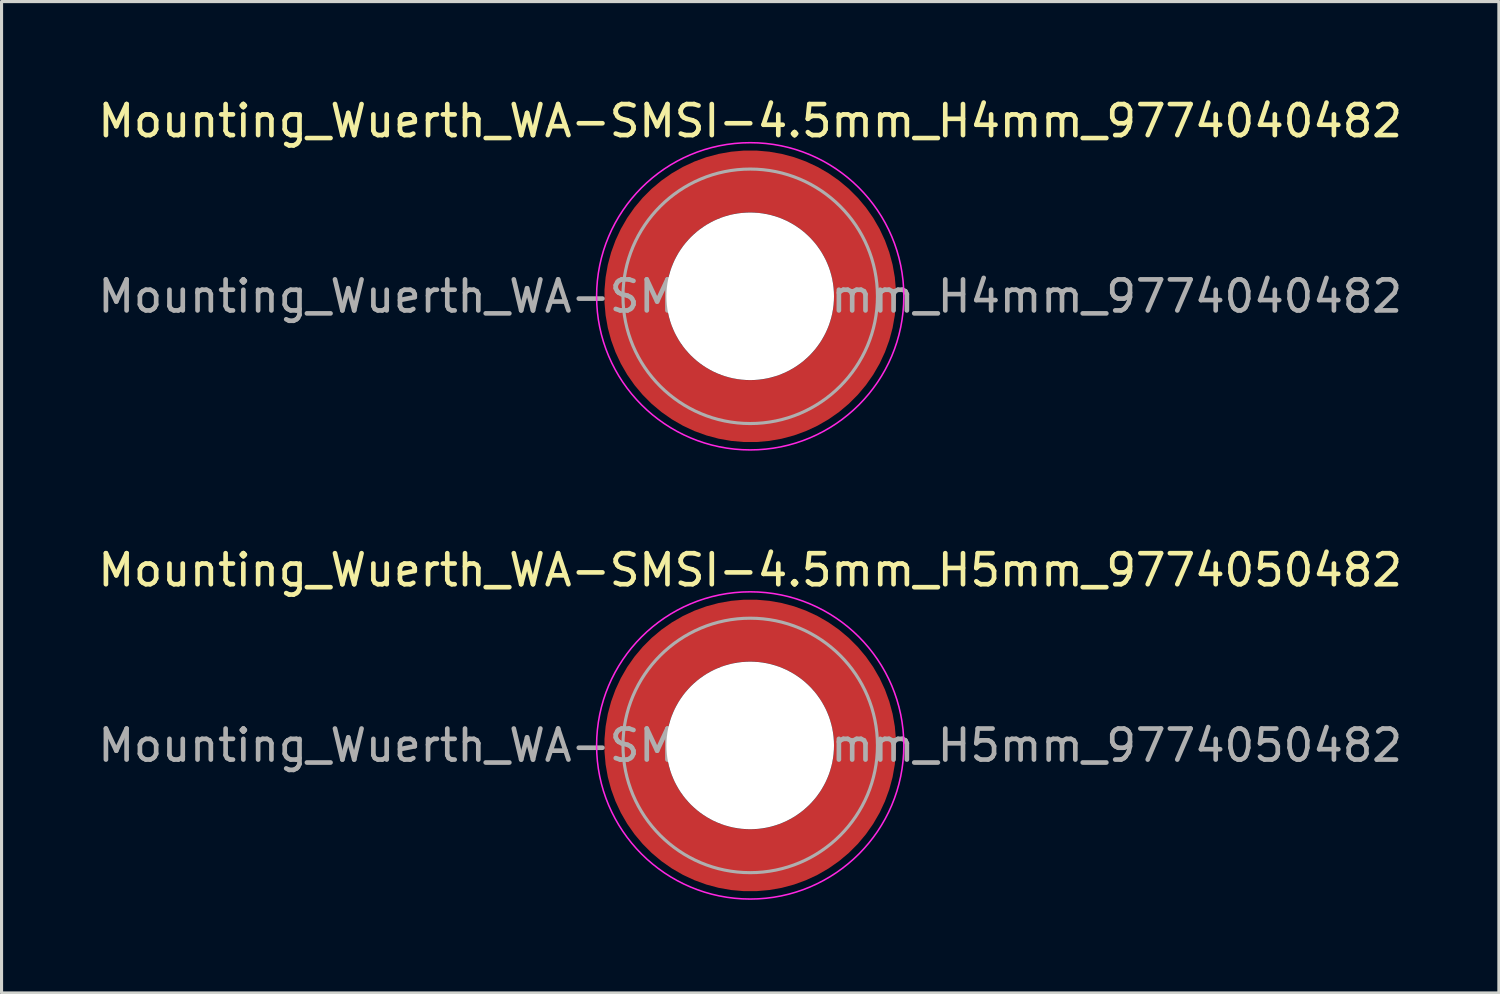
<source format=kicad_pcb>
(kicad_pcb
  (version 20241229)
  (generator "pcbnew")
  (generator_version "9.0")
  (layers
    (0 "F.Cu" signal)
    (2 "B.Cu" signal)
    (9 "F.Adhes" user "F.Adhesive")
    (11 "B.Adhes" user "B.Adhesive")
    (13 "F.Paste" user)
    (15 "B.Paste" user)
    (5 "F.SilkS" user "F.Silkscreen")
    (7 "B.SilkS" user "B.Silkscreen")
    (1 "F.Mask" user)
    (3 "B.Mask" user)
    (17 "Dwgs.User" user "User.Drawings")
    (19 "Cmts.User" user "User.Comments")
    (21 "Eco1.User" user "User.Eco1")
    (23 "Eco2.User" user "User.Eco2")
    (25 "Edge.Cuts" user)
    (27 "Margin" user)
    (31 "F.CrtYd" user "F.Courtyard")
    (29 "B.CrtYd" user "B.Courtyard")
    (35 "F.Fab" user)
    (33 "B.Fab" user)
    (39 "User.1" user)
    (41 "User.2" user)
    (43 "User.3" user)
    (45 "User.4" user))
  (footprint "Mounting_Wuerth_WA-SMSI-4.5mm_H4mm_9774040482"
    (layer "F.Cu")
    (at 21.125 6.498)
    (property "Reference" "Mounting_Wuerth_WA-SMSI-4.5mm_H4mm_9774040482" (at 0 -5.65 0) (layer "F.SilkS") (effects (font (size 1 1) (thickness 0.15))))
    (attr smd allow_soldermask_bridges)
    (fp_circle (center 0 0) (end 4.95 0) (stroke (width 0.05) (type solid)) (fill no) (layer "F.CrtYd"))
    (fp_circle (center 0 0) (end 4.1 0) (stroke (width 0.1) (type solid)) (fill no) (layer "F.Fab"))
    (fp_text user "${REFERENCE}" (at 0 0 0) (layer "F.Fab") (effects (font (size 1 1) (thickness 0.15))))
    (pad "" smd custom (at -2.607 -2.607) (size 0.948 0.948) (layers "F.Paste") (options (anchor circle)) (primitives (gr_arc (start -0.188183 2.107456) (mid 0.599273 0.599273) (end 2.107456 -0.188183) (width 0.2)) (gr_arc (start -0.289416 2.107456) (mid 0.52877 0.52877) (end 2.107456 -0.289416) (width 0.2)) (gr_arc (start -0.390547 2.107456) (mid 0.458268 0.458268) (end 2.107456 -0.390547) (width 0.2)) (gr_arc (start -0.491585 2.107456) (mid 0.387765 0.387765) (end 2.107456 -0.491585) (width 0.2)) (gr_arc (start -0.59254 2.107456) (mid 0.317262 0.317262) (end 2.107456 -0.59254) (width 0.2)) (gr_arc (start -0.693419 2.107456) (mid 0.246759 0.246759) (end 2.107456 -0.693419) (width 0.2)) (gr_arc (start -0.794229 2.107456) (mid 0.176257 0.176257) (end 2.107456 -0.794229) (width 0.2)) (gr_arc (start -0.894975 2.107456) (mid 0.105754 0.105754) (end 2.107456 -0.894975) (width 0.2)) (gr_arc (start -0.995664 2.107456) (mid 0.035251 0.035251) (end 2.107456 -0.995664) (width 0.2)) (gr_arc (start -1.0963 2.107456) (mid -0.035251 -0.035251) (end 2.107456 -1.0963) (width 0.2)) (gr_arc (start -1.196886 2.107456) (mid -0.105754 -0.105754) (end 2.107456 -1.196886) (width 0.2)) (gr_arc (start -1.297427 2.107456) (mid -0.176257 -0.176257) (end 2.107456 -1.297427) (width 0.2)) (gr_arc (start -1.397927 2.107456) (mid -0.246759 -0.246759) (end 2.107456 -1.397927) (width 0.2)) (gr_arc (start -1.498388 2.107456) (mid -0.317262 -0.317262) (end 2.107456 -1.498388) (width 0.2)) (gr_arc (start -1.598813 2.107456) (mid -0.387765 -0.387765) (end 2.107456 -1.598813) (width 0.2)) (gr_arc (start -1.699204 2.107456) (mid -0.458268 -0.458268) (end 2.107456 -1.699204) (width 0.2)) (gr_arc (start -1.799565 2.107456) (mid -0.52877 -0.52877) (end 2.107456 -1.799565) (width 0.2)) (gr_arc (start -1.899896 2.107456) (mid -0.599273 -0.599273) (end 2.107456 -1.899896) (width 0.2)) (gr_arc (start -1.899896 2.107456) (mid -0.599273 -0.599273) (end 2.107456 -1.899896) (width 0.2)) (gr_line (start 2.107 -0.188) (end 2.107 -1.9) (width 0.2)) (gr_line (start -0.188 2.107) (end -1.9 2.107) (width 0.2))))
    (pad "" smd custom (at -2.607 2.607) (size 0.948 0.948) (layers "F.Paste") (options (anchor circle)) (primitives (gr_arc (start 2.107456 0.188183) (mid 0.599273 -0.599273) (end -0.188183 -2.107456) (width 0.2)) (gr_arc (start 2.107456 0.289416) (mid 0.52877 -0.52877) (end -0.289416 -2.107456) (width 0.2)) (gr_arc (start 2.107456 0.390547) (mid 0.458268 -0.458268) (end -0.390547 -2.107456) (width 0.2)) (gr_arc (start 2.107456 0.491585) (mid 0.387765 -0.387765) (end -0.491585 -2.107456) (width 0.2)) (gr_arc (start 2.107456 0.59254) (mid 0.317262 -0.317262) (end -0.59254 -2.107456) (width 0.2)) (gr_arc (start 2.107456 0.693419) (mid 0.246759 -0.246759) (end -0.693419 -2.107456) (width 0.2)) (gr_arc (start 2.107456 0.794229) (mid 0.176257 -0.176257) (end -0.794229 -2.107456) (width 0.2)) (gr_arc (start 2.107456 0.894975) (mid 0.105754 -0.105754) (end -0.894975 -2.107456) (width 0.2)) (gr_arc (start 2.107456 0.995664) (mid 0.035251 -0.035251) (end -0.995664 -2.107456) (width 0.2)) (gr_arc (start 2.107456 1.0963) (mid -0.035251 0.035251) (end -1.0963 -2.107456) (width 0.2)) (gr_arc (start 2.107456 1.196886) (mid -0.105754 0.105754) (end -1.196886 -2.107456) (width 0.2)) (gr_arc (start 2.107456 1.297427) (mid -0.176257 0.176257) (end -1.297427 -2.107456) (width 0.2)) (gr_arc (start 2.107456 1.397927) (mid -0.246759 0.246759) (end -1.397927 -2.107456) (width 0.2)) (gr_arc (start 2.107456 1.498388) (mid -0.317262 0.317262) (end -1.498388 -2.107456) (width 0.2)) (gr_arc (start 2.107456 1.598813) (mid -0.387765 0.387765) (end -1.598813 -2.107456) (width 0.2)) (gr_arc (start 2.107456 1.699204) (mid -0.458268 0.458268) (end -1.699204 -2.107456) (width 0.2)) (gr_arc (start 2.107456 1.799565) (mid -0.52877 0.52877) (end -1.799565 -2.107456) (width 0.2)) (gr_arc (start 2.107456 1.899896) (mid -0.599273 0.599273) (end -1.899896 -2.107456) (width 0.2)) (gr_arc (start 2.107456 1.899896) (mid -0.599273 0.599273) (end -1.899896 -2.107456) (width 0.2)) (gr_line (start -0.188 -2.107) (end -1.9 -2.107) (width 0.2)) (gr_line (start 2.107 0.188) (end 2.107 1.9) (width 0.2))))
    (pad "" np_thru_hole circle (at 0 0) (size 5.4 5.4) (drill 5.4) (layers "*.Cu" "*.Mask"))
    (pad "" smd custom (at 2.607 -2.607) (size 0.948 0.948) (layers "F.Paste") (options (anchor circle)) (primitives (gr_arc (start -2.107456 -0.188183) (mid -0.599273 0.599273) (end 0.188183 2.107456) (width 0.2)) (gr_arc (start -2.107456 -0.289416) (mid -0.52877 0.52877) (end 0.289416 2.107456) (width 0.2)) (gr_arc (start -2.107456 -0.390547) (mid -0.458268 0.458268) (end 0.390547 2.107456) (width 0.2)) (gr_arc (start -2.107456 -0.491585) (mid -0.387765 0.387765) (end 0.491585 2.107456) (width 0.2)) (gr_arc (start -2.107456 -0.59254) (mid -0.317262 0.317262) (end 0.59254 2.107456) (width 0.2)) (gr_arc (start -2.107456 -0.693419) (mid -0.246759 0.246759) (end 0.693419 2.107456) (width 0.2)) (gr_arc (start -2.107456 -0.794229) (mid -0.176257 0.176257) (end 0.794229 2.107456) (width 0.2)) (gr_arc (start -2.107456 -0.894975) (mid -0.105754 0.105754) (end 0.894975 2.107456) (width 0.2)) (gr_arc (start -2.107456 -0.995664) (mid -0.035251 0.035251) (end 0.995664 2.107456) (width 0.2)) (gr_arc (start -2.107456 -1.0963) (mid 0.035251 -0.035251) (end 1.0963 2.107456) (width 0.2)) (gr_arc (start -2.107456 -1.196886) (mid 0.105754 -0.105754) (end 1.196886 2.107456) (width 0.2)) (gr_arc (start -2.107456 -1.297427) (mid 0.176257 -0.176257) (end 1.297427 2.107456) (width 0.2)) (gr_arc (start -2.107456 -1.397927) (mid 0.246759 -0.246759) (end 1.397927 2.107456) (width 0.2)) (gr_arc (start -2.107456 -1.498388) (mid 0.317262 -0.317262) (end 1.498388 2.107456) (width 0.2)) (gr_arc (start -2.107456 -1.598813) (mid 0.387765 -0.387765) (end 1.598813 2.107456) (width 0.2)) (gr_arc (start -2.107456 -1.699204) (mid 0.458268 -0.458268) (end 1.699204 2.107456) (width 0.2)) (gr_arc (start -2.107456 -1.799565) (mid 0.52877 -0.52877) (end 1.799565 2.107456) (width 0.2)) (gr_arc (start -2.107456 -1.899896) (mid 0.599273 -0.599273) (end 1.899896 2.107456) (width 0.2)) (gr_arc (start -2.107456 -1.899896) (mid 0.599273 -0.599273) (end 1.899896 2.107456) (width 0.2)) (gr_line (start 0.188 2.107) (end 1.9 2.107) (width 0.2)) (gr_line (start -2.107 -0.188) (end -2.107 -1.9) (width 0.2))))
    (pad "" smd custom (at 2.607 2.607) (size 0.948 0.948) (layers "F.Paste") (options (anchor circle)) (primitives (gr_arc (start 0.188183 -2.107456) (mid -0.599273 -0.599273) (end -2.107456 0.188183) (width 0.2)) (gr_arc (start 0.289416 -2.107456) (mid -0.52877 -0.52877) (end -2.107456 0.289416) (width 0.2)) (gr_arc (start 0.390547 -2.107456) (mid -0.458268 -0.458268) (end -2.107456 0.390547) (width 0.2)) (gr_arc (start 0.491585 -2.107456) (mid -0.387765 -0.387765) (end -2.107456 0.491585) (width 0.2)) (gr_arc (start 0.59254 -2.107456) (mid -0.317262 -0.317262) (end -2.107456 0.59254) (width 0.2)) (gr_arc (start 0.693419 -2.107456) (mid -0.246759 -0.246759) (end -2.107456 0.693419) (width 0.2)) (gr_arc (start 0.794229 -2.107456) (mid -0.176257 -0.176257) (end -2.107456 0.794229) (width 0.2)) (gr_arc (start 0.894975 -2.107456) (mid -0.105754 -0.105754) (end -2.107456 0.894975) (width 0.2)) (gr_arc (start 0.995664 -2.107456) (mid -0.035251 -0.035251) (end -2.107456 0.995664) (width 0.2)) (gr_arc (start 1.0963 -2.107456) (mid 0.035251 0.035251) (end -2.107456 1.0963) (width 0.2)) (gr_arc (start 1.196886 -2.107456) (mid 0.105754 0.105754) (end -2.107456 1.196886) (width 0.2)) (gr_arc (start 1.297427 -2.107456) (mid 0.176257 0.176257) (end -2.107456 1.297427) (width 0.2)) (gr_arc (start 1.397927 -2.107456) (mid 0.246759 0.246759) (end -2.107456 1.397927) (width 0.2)) (gr_arc (start 1.498388 -2.107456) (mid 0.317262 0.317262) (end -2.107456 1.498388) (width 0.2)) (gr_arc (start 1.598813 -2.107456) (mid 0.387765 0.387765) (end -2.107456 1.598813) (width 0.2)) (gr_arc (start 1.699204 -2.107456) (mid 0.458268 0.458268) (end -2.107456 1.699204) (width 0.2)) (gr_arc (start 1.799565 -2.107456) (mid 0.52877 0.52877) (end -2.107456 1.799565) (width 0.2)) (gr_arc (start 1.899896 -2.107456) (mid 0.599273 0.599273) (end -2.107456 1.899896) (width 0.2)) (gr_arc (start 1.899896 -2.107456) (mid 0.599273 0.599273) (end -2.107456 1.899896) (width 0.2)) (gr_line (start -2.107 0.188) (end -2.107 1.9) (width 0.2)) (gr_line (start 0.188 -2.107) (end 1.9 -2.107) (width 0.2))))
    (pad "1" smd circle (at -3.7 0) (size 1.492 1.492) (layers "F.Cu"))
    (pad "1" smd circle (at 0 -3.7) (size 1.492 1.492) (layers "F.Cu"))
    (pad "1" smd circle (at 0 3.7) (size 1.492 1.492) (layers "F.Cu"))
    (pad "1" smd custom (at 3.7 0) (size 2 2) (layers "F.Cu" "F.Mask") (options (anchor circle)) (primitives (gr_circle (center -3.7 0) (end 0 0) (width 2) (fill no)))))
  (footprint "Mounting_Wuerth_WA-SMSI-4.5mm_H5mm_9774050482"
    (layer "F.Cu")
    (at 21.125 20.971)
    (property "Reference" "Mounting_Wuerth_WA-SMSI-4.5mm_H5mm_9774050482" (at 0 -5.65 0) (layer "F.SilkS") (effects (font (size 1 1) (thickness 0.15))))
    (attr smd allow_soldermask_bridges)
    (fp_circle (center 0 0) (end 4.95 0) (stroke (width 0.05) (type solid)) (fill no) (layer "F.CrtYd"))
    (fp_circle (center 0 0) (end 4.1 0) (stroke (width 0.1) (type solid)) (fill no) (layer "F.Fab"))
    (fp_text user "${REFERENCE}" (at 0 0 0) (layer "F.Fab") (effects (font (size 1 1) (thickness 0.15))))
    (pad "" smd custom (at -2.607 -2.607) (size 0.948 0.948) (layers "F.Paste") (options (anchor circle)) (primitives (gr_arc (start -0.188183 2.107456) (mid 0.599273 0.599273) (end 2.107456 -0.188183) (width 0.2)) (gr_arc (start -0.289416 2.107456) (mid 0.52877 0.52877) (end 2.107456 -0.289416) (width 0.2)) (gr_arc (start -0.390547 2.107456) (mid 0.458268 0.458268) (end 2.107456 -0.390547) (width 0.2)) (gr_arc (start -0.491585 2.107456) (mid 0.387765 0.387765) (end 2.107456 -0.491585) (width 0.2)) (gr_arc (start -0.59254 2.107456) (mid 0.317262 0.317262) (end 2.107456 -0.59254) (width 0.2)) (gr_arc (start -0.693419 2.107456) (mid 0.246759 0.246759) (end 2.107456 -0.693419) (width 0.2)) (gr_arc (start -0.794229 2.107456) (mid 0.176257 0.176257) (end 2.107456 -0.794229) (width 0.2)) (gr_arc (start -0.894975 2.107456) (mid 0.105754 0.105754) (end 2.107456 -0.894975) (width 0.2)) (gr_arc (start -0.995664 2.107456) (mid 0.035251 0.035251) (end 2.107456 -0.995664) (width 0.2)) (gr_arc (start -1.0963 2.107456) (mid -0.035251 -0.035251) (end 2.107456 -1.0963) (width 0.2)) (gr_arc (start -1.196886 2.107456) (mid -0.105754 -0.105754) (end 2.107456 -1.196886) (width 0.2)) (gr_arc (start -1.297427 2.107456) (mid -0.176257 -0.176257) (end 2.107456 -1.297427) (width 0.2)) (gr_arc (start -1.397927 2.107456) (mid -0.246759 -0.246759) (end 2.107456 -1.397927) (width 0.2)) (gr_arc (start -1.498388 2.107456) (mid -0.317262 -0.317262) (end 2.107456 -1.498388) (width 0.2)) (gr_arc (start -1.598813 2.107456) (mid -0.387765 -0.387765) (end 2.107456 -1.598813) (width 0.2)) (gr_arc (start -1.699204 2.107456) (mid -0.458268 -0.458268) (end 2.107456 -1.699204) (width 0.2)) (gr_arc (start -1.799565 2.107456) (mid -0.52877 -0.52877) (end 2.107456 -1.799565) (width 0.2)) (gr_arc (start -1.899896 2.107456) (mid -0.599273 -0.599273) (end 2.107456 -1.899896) (width 0.2)) (gr_arc (start -1.899896 2.107456) (mid -0.599273 -0.599273) (end 2.107456 -1.899896) (width 0.2)) (gr_line (start 2.107 -0.188) (end 2.107 -1.9) (width 0.2)) (gr_line (start -0.188 2.107) (end -1.9 2.107) (width 0.2))))
    (pad "" smd custom (at -2.607 2.607) (size 0.948 0.948) (layers "F.Paste") (options (anchor circle)) (primitives (gr_arc (start 2.107456 0.188183) (mid 0.599273 -0.599273) (end -0.188183 -2.107456) (width 0.2)) (gr_arc (start 2.107456 0.289416) (mid 0.52877 -0.52877) (end -0.289416 -2.107456) (width 0.2)) (gr_arc (start 2.107456 0.390547) (mid 0.458268 -0.458268) (end -0.390547 -2.107456) (width 0.2)) (gr_arc (start 2.107456 0.491585) (mid 0.387765 -0.387765) (end -0.491585 -2.107456) (width 0.2)) (gr_arc (start 2.107456 0.59254) (mid 0.317262 -0.317262) (end -0.59254 -2.107456) (width 0.2)) (gr_arc (start 2.107456 0.693419) (mid 0.246759 -0.246759) (end -0.693419 -2.107456) (width 0.2)) (gr_arc (start 2.107456 0.794229) (mid 0.176257 -0.176257) (end -0.794229 -2.107456) (width 0.2)) (gr_arc (start 2.107456 0.894975) (mid 0.105754 -0.105754) (end -0.894975 -2.107456) (width 0.2)) (gr_arc (start 2.107456 0.995664) (mid 0.035251 -0.035251) (end -0.995664 -2.107456) (width 0.2)) (gr_arc (start 2.107456 1.0963) (mid -0.035251 0.035251) (end -1.0963 -2.107456) (width 0.2)) (gr_arc (start 2.107456 1.196886) (mid -0.105754 0.105754) (end -1.196886 -2.107456) (width 0.2)) (gr_arc (start 2.107456 1.297427) (mid -0.176257 0.176257) (end -1.297427 -2.107456) (width 0.2)) (gr_arc (start 2.107456 1.397927) (mid -0.246759 0.246759) (end -1.397927 -2.107456) (width 0.2)) (gr_arc (start 2.107456 1.498388) (mid -0.317262 0.317262) (end -1.498388 -2.107456) (width 0.2)) (gr_arc (start 2.107456 1.598813) (mid -0.387765 0.387765) (end -1.598813 -2.107456) (width 0.2)) (gr_arc (start 2.107456 1.699204) (mid -0.458268 0.458268) (end -1.699204 -2.107456) (width 0.2)) (gr_arc (start 2.107456 1.799565) (mid -0.52877 0.52877) (end -1.799565 -2.107456) (width 0.2)) (gr_arc (start 2.107456 1.899896) (mid -0.599273 0.599273) (end -1.899896 -2.107456) (width 0.2)) (gr_arc (start 2.107456 1.899896) (mid -0.599273 0.599273) (end -1.899896 -2.107456) (width 0.2)) (gr_line (start -0.188 -2.107) (end -1.9 -2.107) (width 0.2)) (gr_line (start 2.107 0.188) (end 2.107 1.9) (width 0.2))))
    (pad "" np_thru_hole circle (at 0 0) (size 5.4 5.4) (drill 5.4) (layers "*.Cu" "*.Mask"))
    (pad "" smd custom (at 2.607 -2.607) (size 0.948 0.948) (layers "F.Paste") (options (anchor circle)) (primitives (gr_arc (start -2.107456 -0.188183) (mid -0.599273 0.599273) (end 0.188183 2.107456) (width 0.2)) (gr_arc (start -2.107456 -0.289416) (mid -0.52877 0.52877) (end 0.289416 2.107456) (width 0.2)) (gr_arc (start -2.107456 -0.390547) (mid -0.458268 0.458268) (end 0.390547 2.107456) (width 0.2)) (gr_arc (start -2.107456 -0.491585) (mid -0.387765 0.387765) (end 0.491585 2.107456) (width 0.2)) (gr_arc (start -2.107456 -0.59254) (mid -0.317262 0.317262) (end 0.59254 2.107456) (width 0.2)) (gr_arc (start -2.107456 -0.693419) (mid -0.246759 0.246759) (end 0.693419 2.107456) (width 0.2)) (gr_arc (start -2.107456 -0.794229) (mid -0.176257 0.176257) (end 0.794229 2.107456) (width 0.2)) (gr_arc (start -2.107456 -0.894975) (mid -0.105754 0.105754) (end 0.894975 2.107456) (width 0.2)) (gr_arc (start -2.107456 -0.995664) (mid -0.035251 0.035251) (end 0.995664 2.107456) (width 0.2)) (gr_arc (start -2.107456 -1.0963) (mid 0.035251 -0.035251) (end 1.0963 2.107456) (width 0.2)) (gr_arc (start -2.107456 -1.196886) (mid 0.105754 -0.105754) (end 1.196886 2.107456) (width 0.2)) (gr_arc (start -2.107456 -1.297427) (mid 0.176257 -0.176257) (end 1.297427 2.107456) (width 0.2)) (gr_arc (start -2.107456 -1.397927) (mid 0.246759 -0.246759) (end 1.397927 2.107456) (width 0.2)) (gr_arc (start -2.107456 -1.498388) (mid 0.317262 -0.317262) (end 1.498388 2.107456) (width 0.2)) (gr_arc (start -2.107456 -1.598813) (mid 0.387765 -0.387765) (end 1.598813 2.107456) (width 0.2)) (gr_arc (start -2.107456 -1.699204) (mid 0.458268 -0.458268) (end 1.699204 2.107456) (width 0.2)) (gr_arc (start -2.107456 -1.799565) (mid 0.52877 -0.52877) (end 1.799565 2.107456) (width 0.2)) (gr_arc (start -2.107456 -1.899896) (mid 0.599273 -0.599273) (end 1.899896 2.107456) (width 0.2)) (gr_arc (start -2.107456 -1.899896) (mid 0.599273 -0.599273) (end 1.899896 2.107456) (width 0.2)) (gr_line (start 0.188 2.107) (end 1.9 2.107) (width 0.2)) (gr_line (start -2.107 -0.188) (end -2.107 -1.9) (width 0.2))))
    (pad "" smd custom (at 2.607 2.607) (size 0.948 0.948) (layers "F.Paste") (options (anchor circle)) (primitives (gr_arc (start 0.188183 -2.107456) (mid -0.599273 -0.599273) (end -2.107456 0.188183) (width 0.2)) (gr_arc (start 0.289416 -2.107456) (mid -0.52877 -0.52877) (end -2.107456 0.289416) (width 0.2)) (gr_arc (start 0.390547 -2.107456) (mid -0.458268 -0.458268) (end -2.107456 0.390547) (width 0.2)) (gr_arc (start 0.491585 -2.107456) (mid -0.387765 -0.387765) (end -2.107456 0.491585) (width 0.2)) (gr_arc (start 0.59254 -2.107456) (mid -0.317262 -0.317262) (end -2.107456 0.59254) (width 0.2)) (gr_arc (start 0.693419 -2.107456) (mid -0.246759 -0.246759) (end -2.107456 0.693419) (width 0.2)) (gr_arc (start 0.794229 -2.107456) (mid -0.176257 -0.176257) (end -2.107456 0.794229) (width 0.2)) (gr_arc (start 0.894975 -2.107456) (mid -0.105754 -0.105754) (end -2.107456 0.894975) (width 0.2)) (gr_arc (start 0.995664 -2.107456) (mid -0.035251 -0.035251) (end -2.107456 0.995664) (width 0.2)) (gr_arc (start 1.0963 -2.107456) (mid 0.035251 0.035251) (end -2.107456 1.0963) (width 0.2)) (gr_arc (start 1.196886 -2.107456) (mid 0.105754 0.105754) (end -2.107456 1.196886) (width 0.2)) (gr_arc (start 1.297427 -2.107456) (mid 0.176257 0.176257) (end -2.107456 1.297427) (width 0.2)) (gr_arc (start 1.397927 -2.107456) (mid 0.246759 0.246759) (end -2.107456 1.397927) (width 0.2)) (gr_arc (start 1.498388 -2.107456) (mid 0.317262 0.317262) (end -2.107456 1.498388) (width 0.2)) (gr_arc (start 1.598813 -2.107456) (mid 0.387765 0.387765) (end -2.107456 1.598813) (width 0.2)) (gr_arc (start 1.699204 -2.107456) (mid 0.458268 0.458268) (end -2.107456 1.699204) (width 0.2)) (gr_arc (start 1.799565 -2.107456) (mid 0.52877 0.52877) (end -2.107456 1.799565) (width 0.2)) (gr_arc (start 1.899896 -2.107456) (mid 0.599273 0.599273) (end -2.107456 1.899896) (width 0.2)) (gr_arc (start 1.899896 -2.107456) (mid 0.599273 0.599273) (end -2.107456 1.899896) (width 0.2)) (gr_line (start -2.107 0.188) (end -2.107 1.9) (width 0.2)) (gr_line (start 0.188 -2.107) (end 1.9 -2.107) (width 0.2))))
    (pad "1" smd circle (at -3.7 0) (size 1.492 1.492) (layers "F.Cu"))
    (pad "1" smd circle (at 0 -3.7) (size 1.492 1.492) (layers "F.Cu"))
    (pad "1" smd circle (at 0 3.7) (size 1.492 1.492) (layers "F.Cu"))
    (pad "1" smd custom (at 3.7 0) (size 2 2) (layers "F.Cu" "F.Mask") (options (anchor circle)) (primitives (gr_circle (center -3.7 0) (end 0 0) (width 2) (fill no)))))
  (gr_rect
    (start -3 -3)
    (end 45.25 28.947)
    (stroke (width 0.1) (type default))
    (fill no)
    (layer "Edge.Cuts")))
</source>
